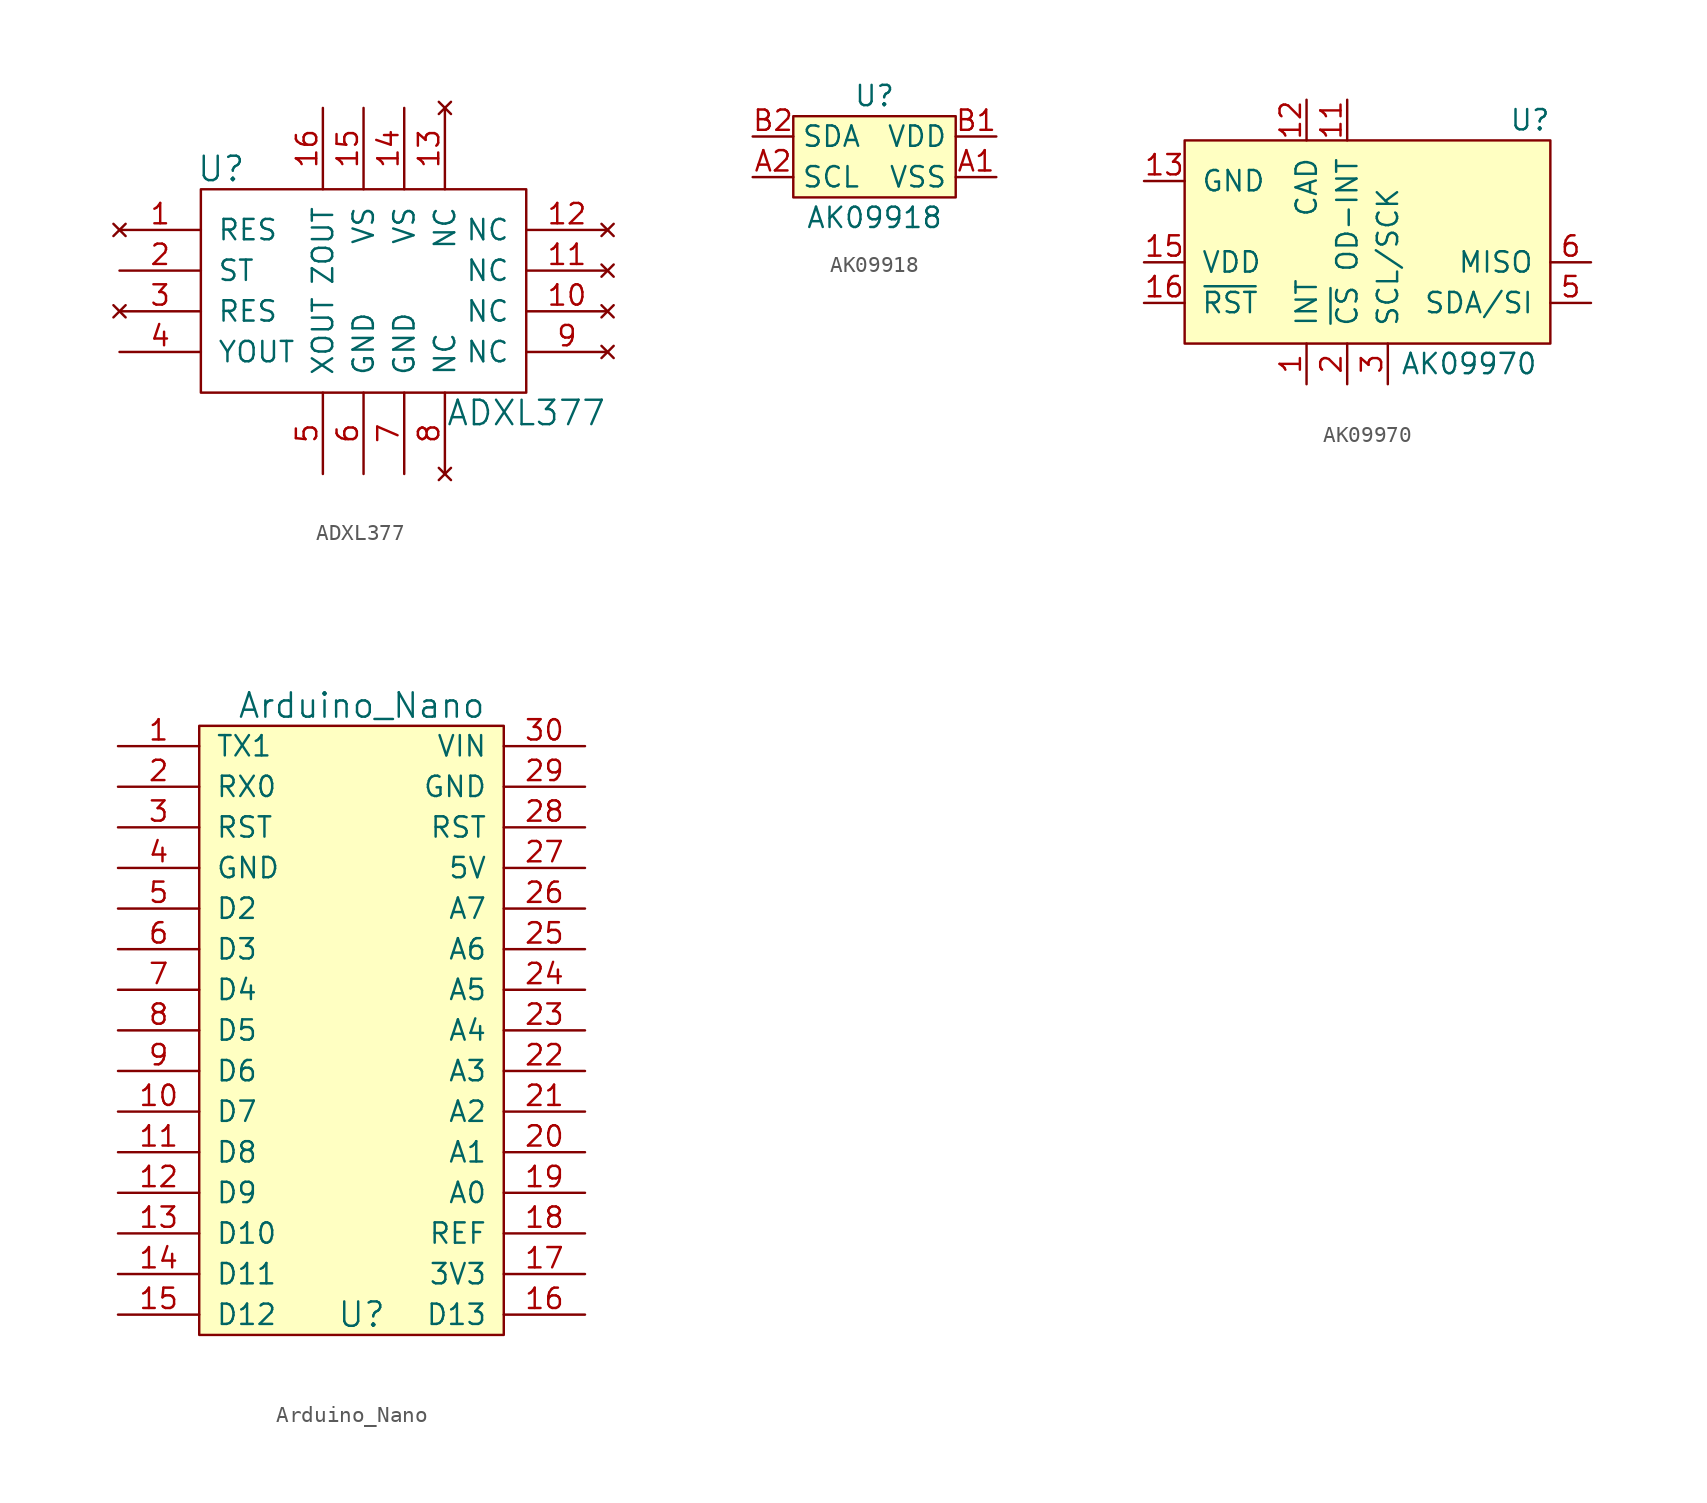
<source format=kicad_sym>
(kicad_symbol_lib
  (version 20211014)
  (generator kicad_symbol_editor)
  (symbol "ADXL377"
    (pin_names
      (offset 1.016))
    (property "Reference" "U"
      (at 1.27 3.81 0)
      (effects (font (size 1.524 1.524))))
    (property "Value" "ADXL377"
      (at 20.32 -11.43 0)
      (effects (font (size 1.524 1.524))))
    (symbol "ADXL377_0_1"
      (rectangle (start 0 2.54) (end 20.32 -10.16) (stroke (width 0) (type default) (color 0 0 0 0)) (fill (type none))))
    (symbol "ADXL377_1_1"
      (pin no_connect line (at -5.08 0 0) (length 5.08) (name "RES" (effects (font (size 1.27 1.27)))) (number "1" (effects (font (size 1.27 1.27)))))
      (pin no_connect line (at 25.4 -5.08 180) (length 5.08) (name "NC" (effects (font (size 1.27 1.27)))) (number "10" (effects (font (size 1.27 1.27)))))
      (pin no_connect line (at 25.4 -2.54 180) (length 5.08) (name "NC" (effects (font (size 1.27 1.27)))) (number "11" (effects (font (size 1.27 1.27)))))
      (pin no_connect line (at 25.4 0 180) (length 5.08) (name "NC" (effects (font (size 1.27 1.27)))) (number "12" (effects (font (size 1.27 1.27)))))
      (pin no_connect line (at 15.24 7.62 270) (length 5.08) (name "NC" (effects (font (size 1.27 1.27)))) (number "13" (effects (font (size 1.27 1.27)))))
      (pin power_in line (at 12.7 7.62 270) (length 5.08) (name "VS" (effects (font (size 1.27 1.27)))) (number "14" (effects (font (size 1.27 1.27)))))
      (pin power_in line (at 10.16 7.62 270) (length 5.08) (name "VS" (effects (font (size 1.27 1.27)))) (number "15" (effects (font (size 1.27 1.27)))))
      (pin output line (at 7.62 7.62 270) (length 5.08) (name "ZOUT" (effects (font (size 1.27 1.27)))) (number "16" (effects (font (size 1.27 1.27)))))
      (pin input line (at -5.08 -2.54 0) (length 5.08) (name "ST" (effects (font (size 1.27 1.27)))) (number "2" (effects (font (size 1.27 1.27)))))
      (pin no_connect line (at -5.08 -5.08 0) (length 5.08) (name "RES" (effects (font (size 1.27 1.27)))) (number "3" (effects (font (size 1.27 1.27)))))
      (pin output line (at -5.08 -7.62 0) (length 5.08) (name "YOUT" (effects (font (size 1.27 1.27)))) (number "4" (effects (font (size 1.27 1.27)))))
      (pin output line (at 7.62 -15.24 90) (length 5.08) (name "XOUT" (effects (font (size 1.27 1.27)))) (number "5" (effects (font (size 1.27 1.27)))))
      (pin power_in line (at 10.16 -15.24 90) (length 5.08) (name "GND" (effects (font (size 1.27 1.27)))) (number "6" (effects (font (size 1.27 1.27)))))
      (pin power_in line (at 12.7 -15.24 90) (length 5.08) (name "GND" (effects (font (size 1.27 1.27)))) (number "7" (effects (font (size 1.27 1.27)))))
      (pin no_connect line (at 15.24 -15.24 90) (length 5.08) (name "NC" (effects (font (size 1.27 1.27)))) (number "8" (effects (font (size 1.27 1.27)))))
      (pin no_connect line (at 25.4 -7.62 180) (length 5.08) (name "NC" (effects (font (size 1.27 1.27)))) (number "9" (effects (font (size 1.27 1.27)))))))
  (symbol "AK09918"
    (property "Reference" "U"
      (at 0 5.08 0)
      (effects (font (size 1.27 1.27))))
    (property "Value" "AK09918"
      (at 0 -2.54 0)
      (effects (font (size 1.27 1.27))))
    (symbol "AK09918_0_1"
      (rectangle (start -5.08 3.81) (end 5.08 -1.27) (stroke (width 0.152) (type default) (color 0 0 0 0)) (fill (type background))))
    (symbol "AK09918_1_1"
      (pin power_in line (at 7.62 0 180) (length 2.54) (name "VSS" (effects (font (size 1.27 1.27)))) (number "A1" (effects (font (size 1.27 1.27)))))
      (pin bidirectional line (at -7.62 0 0) (length 2.54) (name "SCL" (effects (font (size 1.27 1.27)))) (number "A2" (effects (font (size 1.27 1.27)))))
      (pin power_in line (at 7.62 2.54 180) (length 2.54) (name "VDD" (effects (font (size 1.27 1.27)))) (number "B1" (effects (font (size 1.27 1.27)))))
      (pin input line (at -7.62 2.54 0) (length 2.54) (name "SDA" (effects (font (size 1.27 1.27)))) (number "B2" (effects (font (size 1.27 1.27)))))))
  (symbol "AK09970"
    (pin_names
      (offset 1.016))
    (property "Reference" "U"
      (at 24.13 3.81 0)
      (effects (font (size 1.27 1.27))))
    (property "Value" "AK09970"
      (at 20.32 -11.43 0)
      (effects (font (size 1.27 1.27))))
    (symbol "AK09970_0_1"
      (rectangle (start 2.54 2.54) (end 25.4 -10.16) (stroke (width 0) (type default) (color 0 0 0 0)) (fill (type background))))
    (symbol "AK09970_1_1"
      (pin output line (at 10.16 -12.7 90) (length 2.54) (name "INT" (effects (font (size 1.27 1.27)))) (number "1" (effects (font (size 1.27 1.27)))))
      (pin no_connect line (at 15.24 5.08 270) (length 2.54) hide (name "NC" (effects (font (size 1.27 1.27)))) (number "10" (effects (font (size 1.27 1.27)))))
      (pin open_collector line (at 12.7 5.08 270) (length 2.54) (name "OD-INT" (effects (font (size 1.27 1.27)))) (number "11" (effects (font (size 1.27 1.27)))))
      (pin passive line (at 10.16 5.08 270) (length 2.54) (name "CAD" (effects (font (size 1.27 1.27)))) (number "12" (effects (font (size 1.27 1.27)))))
      (pin power_in line (at 0 0 0) (length 2.54) (name "GND" (effects (font (size 1.27 1.27)))) (number "13" (effects (font (size 1.27 1.27)))))
      (pin no_connect line (at 0 -2.54 0) (length 2.54) hide (name "NC" (effects (font (size 1.27 1.27)))) (number "14" (effects (font (size 1.27 1.27)))))
      (pin power_in line (at 0 -5.08 0) (length 2.54) (name "VDD" (effects (font (size 1.27 1.27)))) (number "15" (effects (font (size 1.27 1.27)))))
      (pin input line (at 0 -7.62 0) (length 2.54) (name "~{RST}" (effects (font (size 1.27 1.27)))) (number "16" (effects (font (size 1.27 1.27)))))
      (pin passive line (at 12.7 -12.7 90) (length 2.54) (name "~{CS}" (effects (font (size 1.27 1.27)))) (number "2" (effects (font (size 1.27 1.27)))))
      (pin input line (at 15.24 -12.7 90) (length 2.54) (name "SCL/SCK" (effects (font (size 1.27 1.27)))) (number "3" (effects (font (size 1.27 1.27)))))
      (pin no_connect line (at 17.78 -12.7 90) (length 2.54) hide (name "NC" (effects (font (size 1.27 1.27)))) (number "4" (effects (font (size 1.27 1.27)))))
      (pin passive line (at 27.94 -7.62 180) (length 2.54) (name "SDA/SI" (effects (font (size 1.27 1.27)))) (number "5" (effects (font (size 1.27 1.27)))))
      (pin passive line (at 27.94 -5.08 180) (length 2.54) (name "MISO" (effects (font (size 1.27 1.27)))) (number "6" (effects (font (size 1.27 1.27)))))
      (pin no_connect line (at 27.94 -2.54 180) (length 2.54) hide (name "NC" (effects (font (size 1.27 1.27)))) (number "7" (effects (font (size 1.27 1.27)))))
      (pin no_connect line (at 27.94 0 180) (length 2.54) hide (name "NC" (effects (font (size 1.27 1.27)))) (number "8" (effects (font (size 1.27 1.27)))))
      (pin no_connect line (at 17.78 5.08 270) (length 2.54) hide (name "NC" (effects (font (size 1.27 1.27)))) (number "9" (effects (font (size 1.27 1.27)))))))
  (symbol "Arduino_Nano"
    (pin_names
      (offset 1.016))
    (property "Reference" "U"
      (at 0 -17.78 0)
      (effects (font (size 1.524 1.524))))
    (property "Value" "Arduino_Nano"
      (at 0 20.32 0)
      (effects (font (size 1.524 1.524))))
    (symbol "Arduino_Nano_0_1"
      (rectangle (start -10.16 19.05) (end 8.89 -19.05) (stroke (width 0) (type default) (color 0 0 0 0)) (fill (type background))))
    (symbol "Arduino_Nano_1_1"
      (pin bidirectional line (at -15.24 17.78 0) (length 5.08) (name "TX1" (effects (font (size 1.27 1.27)))) (number "1" (effects (font (size 1.27 1.27)))))
      (pin bidirectional line (at -15.24 -5.08 0) (length 5.08) (name "D7" (effects (font (size 1.27 1.27)))) (number "10" (effects (font (size 1.27 1.27)))))
      (pin bidirectional line (at -15.24 -7.62 0) (length 5.08) (name "D8" (effects (font (size 1.27 1.27)))) (number "11" (effects (font (size 1.27 1.27)))))
      (pin bidirectional line (at -15.24 -10.16 0) (length 5.08) (name "D9" (effects (font (size 1.27 1.27)))) (number "12" (effects (font (size 1.27 1.27)))))
      (pin bidirectional line (at -15.24 -12.7 0) (length 5.08) (name "D10" (effects (font (size 1.27 1.27)))) (number "13" (effects (font (size 1.27 1.27)))))
      (pin bidirectional line (at -15.24 -15.24 0) (length 5.08) (name "D11" (effects (font (size 1.27 1.27)))) (number "14" (effects (font (size 1.27 1.27)))))
      (pin bidirectional line (at -15.24 -17.78 0) (length 5.08) (name "D12" (effects (font (size 1.27 1.27)))) (number "15" (effects (font (size 1.27 1.27)))))
      (pin bidirectional line (at 13.97 -17.78 180) (length 5.08) (name "D13" (effects (font (size 1.27 1.27)))) (number "16" (effects (font (size 1.27 1.27)))))
      (pin power_out line (at 13.97 -15.24 180) (length 5.08) (name "3V3" (effects (font (size 1.27 1.27)))) (number "17" (effects (font (size 1.27 1.27)))))
      (pin input line (at 13.97 -12.7 180) (length 5.08) (name "REF" (effects (font (size 1.27 1.27)))) (number "18" (effects (font (size 1.27 1.27)))))
      (pin input line (at 13.97 -10.16 180) (length 5.08) (name "A0" (effects (font (size 1.27 1.27)))) (number "19" (effects (font (size 1.27 1.27)))))
      (pin bidirectional line (at -15.24 15.24 0) (length 5.08) (name "RX0" (effects (font (size 1.27 1.27)))) (number "2" (effects (font (size 1.27 1.27)))))
      (pin input line (at 13.97 -7.62 180) (length 5.08) (name "A1" (effects (font (size 1.27 1.27)))) (number "20" (effects (font (size 1.27 1.27)))))
      (pin input line (at 13.97 -5.08 180) (length 5.08) (name "A2" (effects (font (size 1.27 1.27)))) (number "21" (effects (font (size 1.27 1.27)))))
      (pin input line (at 13.97 -2.54 180) (length 5.08) (name "A3" (effects (font (size 1.27 1.27)))) (number "22" (effects (font (size 1.27 1.27)))))
      (pin input line (at 13.97 0 180) (length 5.08) (name "A4" (effects (font (size 1.27 1.27)))) (number "23" (effects (font (size 1.27 1.27)))))
      (pin input line (at 13.97 2.54 180) (length 5.08) (name "A5" (effects (font (size 1.27 1.27)))) (number "24" (effects (font (size 1.27 1.27)))))
      (pin input line (at 13.97 5.08 180) (length 5.08) (name "A6" (effects (font (size 1.27 1.27)))) (number "25" (effects (font (size 1.27 1.27)))))
      (pin input line (at 13.97 7.62 180) (length 5.08) (name "A7" (effects (font (size 1.27 1.27)))) (number "26" (effects (font (size 1.27 1.27)))))
      (pin power_in line (at 13.97 10.16 180) (length 5.08) (name "5V" (effects (font (size 1.27 1.27)))) (number "27" (effects (font (size 1.27 1.27)))))
      (pin input line (at 13.97 12.7 180) (length 5.08) (name "RST" (effects (font (size 1.27 1.27)))) (number "28" (effects (font (size 1.27 1.27)))))
      (pin power_in line (at 13.97 15.24 180) (length 5.08) (name "GND" (effects (font (size 1.27 1.27)))) (number "29" (effects (font (size 1.27 1.27)))))
      (pin input line (at -15.24 12.7 0) (length 5.08) (name "RST" (effects (font (size 1.27 1.27)))) (number "3" (effects (font (size 1.27 1.27)))))
      (pin power_in line (at 13.97 17.78 180) (length 5.08) (name "VIN" (effects (font (size 1.27 1.27)))) (number "30" (effects (font (size 1.27 1.27)))))
      (pin power_in line (at -15.24 10.16 0) (length 5.08) (name "GND" (effects (font (size 1.27 1.27)))) (number "4" (effects (font (size 1.27 1.27)))))
      (pin bidirectional line (at -15.24 7.62 0) (length 5.08) (name "D2" (effects (font (size 1.27 1.27)))) (number "5" (effects (font (size 1.27 1.27)))))
      (pin bidirectional line (at -15.24 5.08 0) (length 5.08) (name "D3" (effects (font (size 1.27 1.27)))) (number "6" (effects (font (size 1.27 1.27)))))
      (pin bidirectional line (at -15.24 2.54 0) (length 5.08) (name "D4" (effects (font (size 1.27 1.27)))) (number "7" (effects (font (size 1.27 1.27)))))
      (pin bidirectional line (at -15.24 0 0) (length 5.08) (name "D5" (effects (font (size 1.27 1.27)))) (number "8" (effects (font (size 1.27 1.27)))))
      (pin bidirectional line (at -15.24 -2.54 0) (length 5.08) (name "D6" (effects (font (size 1.27 1.27)))) (number "9" (effects (font (size 1.27 1.27))))))))
</source>
